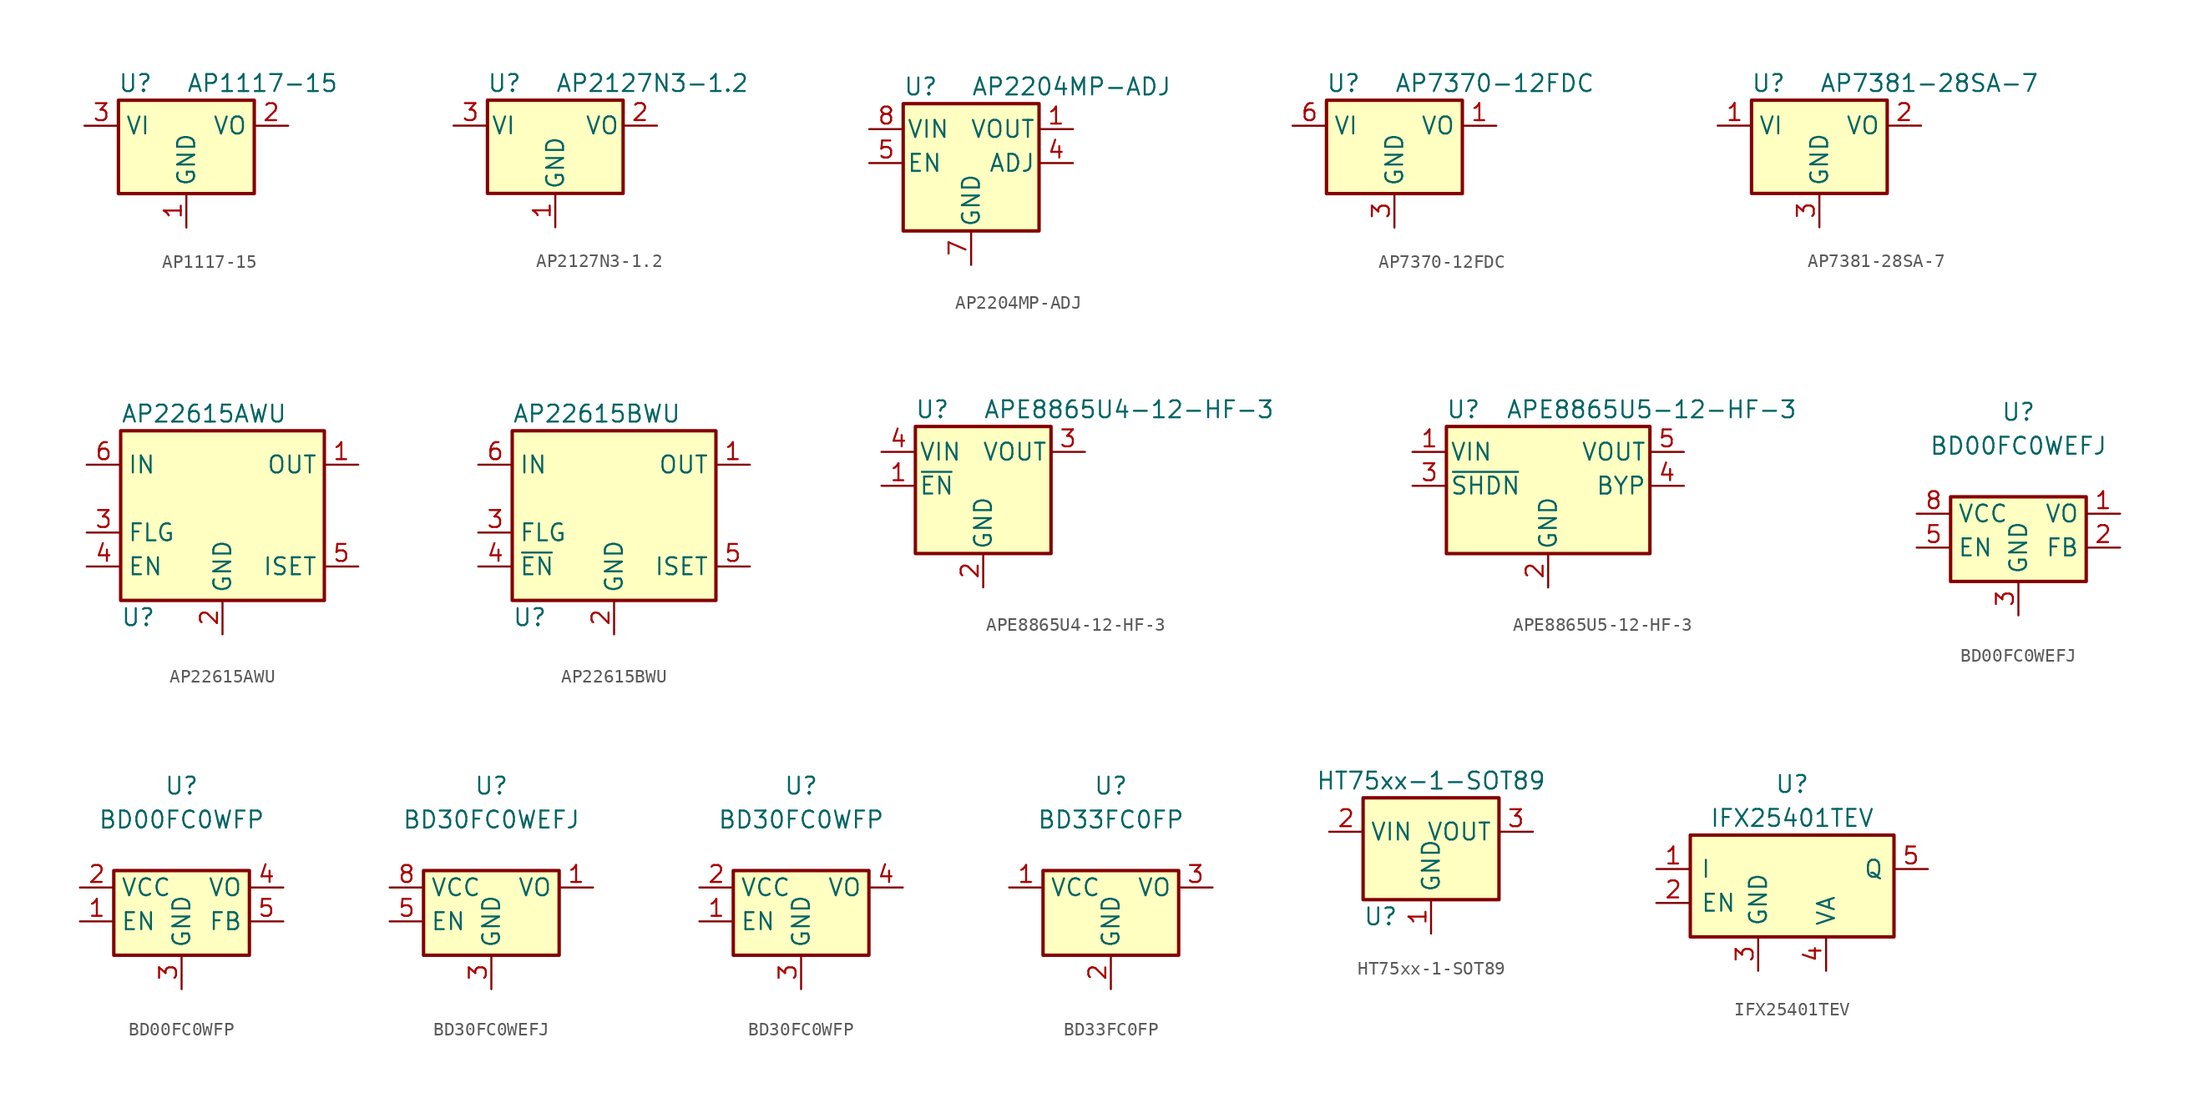
<source format=kicad_sym>
(kicad_symbol_lib
  (version 20241209)
  (generator "kicad_symbol_editor")
  (generator_version "9.0")
  (symbol "AP1117-15"
    (property "Reference" "U"
      (at -3.81 3.175 0)
      (effects (font (size 1.27 1.27))))
    (property "Value" "AP1117-15"
      (at 0 3.175 0)
      (effects (font (size 1.27 1.27)) (justify left)))
    (symbol "AP1117-15_0_1"
      (rectangle (start -5.08 -5.08) (end 5.08 1.905) (stroke (width 0.254) (type default)) (fill (type background))))
    (symbol "AP1117-15_1_1"
      (pin power_in line (at -7.62 0 0) (length 2.54) (name "VI" (effects (font (size 1.27 1.27)))) (number "3" (effects (font (size 1.27 1.27)))))
      (pin power_in line (at 0 -7.62 90) (length 2.54) (name "GND" (effects (font (size 1.27 1.27)))) (number "1" (effects (font (size 1.27 1.27)))))
      (pin power_out line (at 7.62 0 180) (length 2.54) (name "VO" (effects (font (size 1.27 1.27)))) (number "2" (effects (font (size 1.27 1.27)))))))
  (symbol "AP2127N3-1.2"
    (pin_names
      (offset 0.254))
    (property "Reference" "U"
      (at -3.81 3.175 0)
      (effects (font (size 1.27 1.27))))
    (property "Value" "AP2127N3-1.2"
      (at 0 3.175 0)
      (effects (font (size 1.27 1.27)) (justify left)))
    (symbol "AP2127N3-1.2_0_1"
      (rectangle (start -5.08 1.905) (end 5.08 -5.08) (stroke (width 0.254) (type default)) (fill (type background))))
    (symbol "AP2127N3-1.2_1_1"
      (pin power_in line (at -7.62 0 0) (length 2.54) (name "VI" (effects (font (size 1.27 1.27)))) (number "3" (effects (font (size 1.27 1.27)))))
      (pin power_in line (at 0 -7.62 90) (length 2.54) (name "GND" (effects (font (size 1.27 1.27)))) (number "1" (effects (font (size 1.27 1.27)))))
      (pin power_out line (at 7.62 0 180) (length 2.54) (name "VO" (effects (font (size 1.27 1.27)))) (number "2" (effects (font (size 1.27 1.27)))))))
  (symbol "AP2204MP-ADJ"
    (pin_names
      (offset 0.254))
    (property "Reference" "U"
      (at -5.08 5.715 0)
      (effects (font (size 1.27 1.27)) (justify left)))
    (property "Value" "AP2204MP-ADJ"
      (at 0 5.715 0)
      (effects (font (size 1.27 1.27)) (justify left)))
    (symbol "AP2204MP-ADJ_0_1"
      (rectangle (start -5.08 4.445) (end 5.08 -5.08) (stroke (width 0.254) (type default)) (fill (type background))))
    (symbol "AP2204MP-ADJ_1_1"
      (pin power_in line (at -7.62 2.54 0) (length 2.54) (name "VIN" (effects (font (size 1.27 1.27)))) (number "8" (effects (font (size 1.27 1.27)))))
      (pin input line (at -7.62 0 0) (length 2.54) (name "EN" (effects (font (size 1.27 1.27)))) (number "5" (effects (font (size 1.27 1.27)))))
      (pin no_connect line (at -5.08 -2.54 0) (length 2.54) (hide yes) (name "NC" (effects (font (size 1.27 1.27)))) (number "2" (effects (font (size 1.27 1.27)))))
      (pin no_connect line (at -2.54 -5.08 90) (length 2.54) (hide yes) (name "NC" (effects (font (size 1.27 1.27)))) (number "3" (effects (font (size 1.27 1.27)))))
      (pin power_in line (at 0 -7.62 90) (length 2.54) (name "GND" (effects (font (size 1.27 1.27)))) (number "7" (effects (font (size 1.27 1.27)))))
      (pin passive line (at 0 -7.62 90) (length 2.54) (hide yes) (name "GND" (effects (font (size 1.27 1.27)))) (number "9" (effects (font (size 1.27 1.27)))))
      (pin no_connect line (at 5.08 -2.54 180) (length 2.54) (hide yes) (name "NC" (effects (font (size 1.27 1.27)))) (number "6" (effects (font (size 1.27 1.27)))))
      (pin power_out line (at 7.62 2.54 180) (length 2.54) (name "VOUT" (effects (font (size 1.27 1.27)))) (number "1" (effects (font (size 1.27 1.27)))))
      (pin input line (at 7.62 0 180) (length 2.54) (name "ADJ" (effects (font (size 1.27 1.27)))) (number "4" (effects (font (size 1.27 1.27)))))))
  (symbol "AP7370-12FDC"
    (property "Reference" "U"
      (at -3.81 3.175 0)
      (effects (font (size 1.27 1.27))))
    (property "Value" "AP7370-12FDC"
      (at 0 3.175 0)
      (effects (font (size 1.27 1.27)) (justify left)))
    (symbol "AP7370-12FDC_0_1"
      (rectangle (start -5.08 -5.08) (end 5.08 1.905) (stroke (width 0.254) (type default)) (fill (type background))))
    (symbol "AP7370-12FDC_1_1"
      (pin power_in line (at -7.62 0 0) (length 2.54) (name "VI" (effects (font (size 1.27 1.27)))) (number "6" (effects (font (size 1.27 1.27)))))
      (pin no_connect line (at -5.08 -2.54 0) (length 2.54) (hide yes) (name "NC" (effects (font (size 1.27 1.27)))) (number "2" (effects (font (size 1.27 1.27)))))
      (pin no_connect line (at -5.08 -5.08 0) (length 2.54) (hide yes) (name "NC" (effects (font (size 1.27 1.27)))) (number "5" (effects (font (size 1.27 1.27)))))
      (pin power_in line (at 0 -7.62 90) (length 2.54) (name "GND" (effects (font (size 1.27 1.27)))) (number "3" (effects (font (size 1.27 1.27)))))
      (pin passive line (at 0 -7.62 90) (length 2.54) (hide yes) (name "GND" (effects (font (size 1.27 1.27)))) (number "7" (effects (font (size 1.27 1.27)))))
      (pin no_connect line (at 5.08 -2.54 180) (length 2.54) (hide yes) (name "NC" (effects (font (size 1.27 1.27)))) (number "4" (effects (font (size 1.27 1.27)))))
      (pin power_out line (at 7.62 0 180) (length 2.54) (name "VO" (effects (font (size 1.27 1.27)))) (number "1" (effects (font (size 1.27 1.27)))))))
  (symbol "AP7381-28SA-7"
    (property "Reference" "U"
      (at -3.81 3.175 0)
      (effects (font (size 1.27 1.27))))
    (property "Value" "AP7381-28SA-7"
      (at 0 3.175 0)
      (effects (font (size 1.27 1.27)) (justify left)))
    (symbol "AP7381-28SA-7_0_1"
      (rectangle (start -5.08 1.905) (end 5.08 -5.08) (stroke (width 0.254) (type default)) (fill (type background))))
    (symbol "AP7381-28SA-7_1_1"
      (pin power_in line (at -7.62 0 0) (length 2.54) (name "VI" (effects (font (size 1.27 1.27)))) (number "1" (effects (font (size 1.27 1.27)))))
      (pin power_in line (at 0 -7.62 90) (length 2.54) (name "GND" (effects (font (size 1.27 1.27)))) (number "3" (effects (font (size 1.27 1.27)))))
      (pin power_out line (at 7.62 0 180) (length 2.54) (name "VO" (effects (font (size 1.27 1.27)))) (number "2" (effects (font (size 1.27 1.27)))))))
  (symbol "AP22615AWU"
    (property "Reference" "U"
      (at -7.62 -8.89 0)
      (effects (font (size 1.27 1.27)) (justify left)))
    (property "Value" "AP22615AWU"
      (at -7.62 6.35 0)
      (effects (font (size 1.27 1.27)) (justify left)))
    (symbol "AP22615AWU_0_1"
      (rectangle (start -7.62 5.08) (end 7.62 -7.62) (stroke (width 0.254) (type default)) (fill (type background))))
    (symbol "AP22615AWU_1_0"
      (pin power_in line (at -10.16 2.54 0) (length 2.54) (name "IN" (effects (font (size 1.27 1.27)))) (number "6" (effects (font (size 1.27 1.27)))))
      (pin open_collector line (at -10.16 -2.54 0) (length 2.54) (name "FLG" (effects (font (size 1.27 1.27)))) (number "3" (effects (font (size 1.27 1.27)))))
      (pin input line (at -10.16 -5.08 0) (length 2.54) (name "EN" (effects (font (size 1.27 1.27)))) (number "4" (effects (font (size 1.27 1.27)))))
      (pin power_in line (at 0 -10.16 90) (length 2.54) (name "GND" (effects (font (size 1.27 1.27)))) (number "2" (effects (font (size 1.27 1.27)))))
      (pin power_out line (at 10.16 2.54 180) (length 2.54) (name "OUT" (effects (font (size 1.27 1.27)))) (number "1" (effects (font (size 1.27 1.27)))))
      (pin passive line (at 10.16 -5.08 180) (length 2.54) (name "ISET" (effects (font (size 1.27 1.27)))) (number "5" (effects (font (size 1.27 1.27)))))))
  (symbol "AP22615BWU"
    (property "Reference" "U"
      (at -7.62 -8.89 0)
      (effects (font (size 1.27 1.27)) (justify left)))
    (property "Value" "AP22615BWU"
      (at -7.62 6.35 0)
      (effects (font (size 1.27 1.27)) (justify left)))
    (symbol "AP22615BWU_0_1"
      (rectangle (start -7.62 5.08) (end 7.62 -7.62) (stroke (width 0.254) (type default)) (fill (type background))))
    (symbol "AP22615BWU_1_0"
      (pin power_in line (at -10.16 2.54 0) (length 2.54) (name "IN" (effects (font (size 1.27 1.27)))) (number "6" (effects (font (size 1.27 1.27)))))
      (pin open_collector line (at -10.16 -2.54 0) (length 2.54) (name "FLG" (effects (font (size 1.27 1.27)))) (number "3" (effects (font (size 1.27 1.27)))))
      (pin input line (at -10.16 -5.08 0) (length 2.54) (name "~{EN}" (effects (font (size 1.27 1.27)))) (number "4" (effects (font (size 1.27 1.27)))))
      (pin power_in line (at 0 -10.16 90) (length 2.54) (name "GND" (effects (font (size 1.27 1.27)))) (number "2" (effects (font (size 1.27 1.27)))))
      (pin power_out line (at 10.16 2.54 180) (length 2.54) (name "OUT" (effects (font (size 1.27 1.27)))) (number "1" (effects (font (size 1.27 1.27)))))
      (pin passive line (at 10.16 -5.08 180) (length 2.54) (name "ISET" (effects (font (size 1.27 1.27)))) (number "5" (effects (font (size 1.27 1.27)))))))
  (symbol "APE8865U4-12-HF-3"
    (pin_names
      (offset 0.254))
    (property "Reference" "U"
      (at -3.81 5.715 0)
      (effects (font (size 1.27 1.27))))
    (property "Value" "APE8865U4-12-HF-3"
      (at 0 5.715 0)
      (effects (font (size 1.27 1.27)) (justify left)))
    (symbol "APE8865U4-12-HF-3_0_1"
      (rectangle (start -5.08 4.445) (end 5.08 -5.08) (stroke (width 0.254) (type default)) (fill (type background))))
    (symbol "APE8865U4-12-HF-3_1_1"
      (pin power_in line (at -7.62 2.54 0) (length 2.54) (name "VIN" (effects (font (size 1.27 1.27)))) (number "4" (effects (font (size 1.27 1.27)))))
      (pin input line (at -7.62 0 0) (length 2.54) (name "~{EN}" (effects (font (size 1.27 1.27)))) (number "1" (effects (font (size 1.27 1.27)))))
      (pin power_in line (at 0 -7.62 90) (length 2.54) (name "GND" (effects (font (size 1.27 1.27)))) (number "2" (effects (font (size 1.27 1.27)))))
      (pin power_out line (at 7.62 2.54 180) (length 2.54) (name "VOUT" (effects (font (size 1.27 1.27)))) (number "3" (effects (font (size 1.27 1.27)))))))
  (symbol "APE8865U5-12-HF-3"
    (pin_names
      (offset 0.254))
    (property "Reference" "U"
      (at -6.35 5.715 0)
      (effects (font (size 1.27 1.27))))
    (property "Value" "APE8865U5-12-HF-3"
      (at -3.175 5.715 0)
      (effects (font (size 1.27 1.27)) (justify left)))
    (symbol "APE8865U5-12-HF-3_0_1"
      (rectangle (start -7.62 4.445) (end 7.62 -5.08) (stroke (width 0.254) (type default)) (fill (type background))))
    (symbol "APE8865U5-12-HF-3_1_1"
      (pin power_in line (at -10.16 2.54 0) (length 2.54) (name "VIN" (effects (font (size 1.27 1.27)))) (number "1" (effects (font (size 1.27 1.27)))))
      (pin input line (at -10.16 0 0) (length 2.54) (name "~{SHDN}" (effects (font (size 1.27 1.27)))) (number "3" (effects (font (size 1.27 1.27)))))
      (pin power_in line (at 0 -7.62 90) (length 2.54) (name "GND" (effects (font (size 1.27 1.27)))) (number "2" (effects (font (size 1.27 1.27)))))
      (pin power_out line (at 10.16 2.54 180) (length 2.54) (name "VOUT" (effects (font (size 1.27 1.27)))) (number "5" (effects (font (size 1.27 1.27)))))
      (pin input line (at 10.16 0 180) (length 2.54) (name "BYP" (effects (font (size 1.27 1.27)))) (number "4" (effects (font (size 1.27 1.27)))))))
  (symbol "BD00FC0WEFJ"
    (property "Reference" "U"
      (at 0 7.62 0)
      (effects (font (size 1.27 1.27))))
    (property "Value" "BD00FC0WEFJ"
      (at 0 5.08 0)
      (effects (font (size 1.27 1.27))))
    (symbol "BD00FC0WEFJ_0_1"
      (rectangle (start -5.08 -5.08) (end 5.08 1.27) (stroke (width 0.254) (type default)) (fill (type background))))
    (symbol "BD00FC0WEFJ_1_1"
      (pin power_in line (at -7.62 0 0) (length 2.54) (name "VCC" (effects (font (size 1.27 1.27)))) (number "8" (effects (font (size 1.27 1.27)))))
      (pin input line (at -7.62 -2.54 0) (length 2.54) (name "EN" (effects (font (size 1.27 1.27)))) (number "5" (effects (font (size 1.27 1.27)))))
      (pin no_connect line (at -3.81 -5.08 90) (length 2.54) (hide yes) (name "NC" (effects (font (size 1.27 1.27)))) (number "4" (effects (font (size 1.27 1.27)))))
      (pin no_connect line (at -2.54 -5.08 90) (length 2.54) (hide yes) (name "NC" (effects (font (size 1.27 1.27)))) (number "6" (effects (font (size 1.27 1.27)))))
      (pin no_connect line (at -1.27 -5.08 90) (length 2.54) (hide yes) (name "NC" (effects (font (size 1.27 1.27)))) (number "7" (effects (font (size 1.27 1.27)))))
      (pin power_in line (at 0 -7.62 90) (length 2.54) (name "GND" (effects (font (size 1.27 1.27)))) (number "3" (effects (font (size 1.27 1.27)))))
      (pin passive line (at 0 -7.62 90) (length 2.54) (hide yes) (name "GND" (effects (font (size 1.27 1.27)))) (number "9" (effects (font (size 1.27 1.27)))))
      (pin power_out line (at 7.62 0 180) (length 2.54) (name "VO" (effects (font (size 1.27 1.27)))) (number "1" (effects (font (size 1.27 1.27)))))
      (pin input line (at 7.62 -2.54 180) (length 2.54) (name "FB" (effects (font (size 1.27 1.27)))) (number "2" (effects (font (size 1.27 1.27)))))))
  (symbol "BD00FC0WFP"
    (property "Reference" "U"
      (at 0 7.62 0)
      (effects (font (size 1.27 1.27))))
    (property "Value" "BD00FC0WFP"
      (at 0 5.08 0)
      (effects (font (size 1.27 1.27))))
    (symbol "BD00FC0WFP_1_1"
      (rectangle (start -5.08 -5.08) (end 5.08 1.27) (stroke (width 0.254) (type default)) (fill (type background)))
      (pin power_in line (at -7.62 0 0) (length 2.54) (name "VCC" (effects (font (size 1.27 1.27)))) (number "2" (effects (font (size 1.27 1.27)))))
      (pin input line (at -7.62 -2.54 0) (length 2.54) (name "EN" (effects (font (size 1.27 1.27)))) (number "1" (effects (font (size 1.27 1.27)))))
      (pin power_in line (at 0 -7.62 90) (length 2.54) (name "GND" (effects (font (size 1.27 1.27)))) (number "3" (effects (font (size 1.27 1.27)))))
      (pin power_out line (at 7.62 0 180) (length 2.54) (name "VO" (effects (font (size 1.27 1.27)))) (number "4" (effects (font (size 1.27 1.27)))))
      (pin input line (at 7.62 -2.54 180) (length 2.54) (name "FB" (effects (font (size 1.27 1.27)))) (number "5" (effects (font (size 1.27 1.27)))))))
  (symbol "BD30FC0WEFJ"
    (property "Reference" "U"
      (at 0 7.62 0)
      (effects (font (size 1.27 1.27))))
    (property "Value" "BD30FC0WEFJ"
      (at 0 5.08 0)
      (effects (font (size 1.27 1.27))))
    (symbol "BD30FC0WEFJ_1_1"
      (rectangle (start -5.08 -5.08) (end 5.08 1.27) (stroke (width 0.254) (type default)) (fill (type background)))
      (pin power_in line (at -7.62 0 0) (length 2.54) (name "VCC" (effects (font (size 1.27 1.27)))) (number "8" (effects (font (size 1.27 1.27)))))
      (pin input line (at -7.62 -2.54 0) (length 2.54) (name "EN" (effects (font (size 1.27 1.27)))) (number "5" (effects (font (size 1.27 1.27)))))
      (pin no_connect line (at -3.81 -5.08 90) (length 2.54) (hide yes) (name "NC" (effects (font (size 1.27 1.27)))) (number "4" (effects (font (size 1.27 1.27)))))
      (pin no_connect line (at -2.54 -5.08 90) (length 2.54) (hide yes) (name "NC" (effects (font (size 1.27 1.27)))) (number "6" (effects (font (size 1.27 1.27)))))
      (pin no_connect line (at -1.27 -5.08 90) (length 2.54) (hide yes) (name "NC" (effects (font (size 1.27 1.27)))) (number "7" (effects (font (size 1.27 1.27)))))
      (pin power_in line (at 0 -7.62 90) (length 2.54) (name "GND" (effects (font (size 1.27 1.27)))) (number "3" (effects (font (size 1.27 1.27)))))
      (pin passive line (at 0 -7.62 90) (length 2.54) (hide yes) (name "GND" (effects (font (size 1.27 1.27)))) (number "9" (effects (font (size 1.27 1.27)))))
      (pin no_connect line (at 5.08 -2.54 180) (length 2.54) (hide yes) (name "NC" (effects (font (size 1.27 1.27)))) (number "2" (effects (font (size 1.27 1.27)))))
      (pin power_out line (at 7.62 0 180) (length 2.54) (name "VO" (effects (font (size 1.27 1.27)))) (number "1" (effects (font (size 1.27 1.27)))))))
  (symbol "BD30FC0WFP"
    (property "Reference" "U"
      (at 0 7.62 0)
      (effects (font (size 1.27 1.27))))
    (property "Value" "BD30FC0WFP"
      (at 0 5.08 0)
      (effects (font (size 1.27 1.27))))
    (symbol "BD30FC0WFP_1_1"
      (rectangle (start -5.08 -5.08) (end 5.08 1.27) (stroke (width 0.254) (type default)) (fill (type background)))
      (pin power_in line (at -7.62 0 0) (length 2.54) (name "VCC" (effects (font (size 1.27 1.27)))) (number "2" (effects (font (size 1.27 1.27)))))
      (pin input line (at -7.62 -2.54 0) (length 2.54) (name "EN" (effects (font (size 1.27 1.27)))) (number "1" (effects (font (size 1.27 1.27)))))
      (pin power_in line (at 0 -7.62 90) (length 2.54) (name "GND" (effects (font (size 1.27 1.27)))) (number "3" (effects (font (size 1.27 1.27)))))
      (pin no_connect line (at 5.08 -2.54 180) (length 2.54) (hide yes) (name "NC" (effects (font (size 1.27 1.27)))) (number "5" (effects (font (size 1.27 1.27)))))
      (pin power_out line (at 7.62 0 180) (length 2.54) (name "VO" (effects (font (size 1.27 1.27)))) (number "4" (effects (font (size 1.27 1.27)))))))
  (symbol "BD33FC0FP"
    (property "Reference" "U"
      (at 0 7.62 0)
      (effects (font (size 1.27 1.27))))
    (property "Value" "BD33FC0FP"
      (at 0 5.08 0)
      (effects (font (size 1.27 1.27))))
    (symbol "BD33FC0FP_1_1"
      (rectangle (start -5.08 -5.08) (end 5.08 1.27) (stroke (width 0.254) (type default)) (fill (type background)))
      (pin power_in line (at -7.62 0 0) (length 2.54) (name "VCC" (effects (font (size 1.27 1.27)))) (number "1" (effects (font (size 1.27 1.27)))))
      (pin power_in line (at 0 -7.62 90) (length 2.54) (name "GND" (effects (font (size 1.27 1.27)))) (number "2" (effects (font (size 1.27 1.27)))))
      (pin power_out line (at 7.62 0 180) (length 2.54) (name "VO" (effects (font (size 1.27 1.27)))) (number "3" (effects (font (size 1.27 1.27)))))))
  (symbol "HT75xx-1-SOT89"
    (property "Reference" "U"
      (at -5.08 -3.81 0)
      (effects (font (size 1.27 1.27)) (justify left)))
    (property "Value" "HT75xx-1-SOT89"
      (at 0 6.35 0)
      (effects (font (size 1.27 1.27))))
    (symbol "HT75xx-1-SOT89_0_1"
      (rectangle (start -5.08 5.08) (end 5.08 -2.54) (stroke (width 0.254) (type default)) (fill (type background))))
    (symbol "HT75xx-1-SOT89_1_1"
      (pin power_in line (at -7.62 2.54 0) (length 2.54) (name "VIN" (effects (font (size 1.27 1.27)))) (number "2" (effects (font (size 1.27 1.27)))))
      (pin power_in line (at 0 -5.08 90) (length 2.54) (name "GND" (effects (font (size 1.27 1.27)))) (number "1" (effects (font (size 1.27 1.27)))))
      (pin power_out line (at 7.62 2.54 180) (length 2.54) (name "VOUT" (effects (font (size 1.27 1.27)))) (number "3" (effects (font (size 1.27 1.27)))))))
  (symbol "IFX25401TEV"
    (pin_names
      (offset 0.762))
    (property "Reference" "U"
      (at 0 6.35 0)
      (effects (font (size 1.27 1.27))))
    (property "Value" "IFX25401TEV"
      (at 0 3.81 0)
      (effects (font (size 1.27 1.27))))
    (symbol "IFX25401TEV_0_1"
      (rectangle (start -7.62 2.54) (end 7.62 -5.08) (stroke (width 0.254) (type default)) (fill (type background))))
    (symbol "IFX25401TEV_1_1"
      (pin power_in line (at -10.16 0 0) (length 2.54) (name "I" (effects (font (size 1.27 1.27)))) (number "1" (effects (font (size 1.27 1.27)))))
      (pin input line (at -10.16 -2.54 0) (length 2.54) (name "EN" (effects (font (size 1.27 1.27)))) (number "2" (effects (font (size 1.27 1.27)))))
      (pin power_in line (at -2.54 -7.62 90) (length 2.54) (name "GND" (effects (font (size 1.27 1.27)))) (number "3" (effects (font (size 1.27 1.27)))))
      (pin input line (at 2.54 -7.62 90) (length 2.54) (name "VA" (effects (font (size 1.27 1.27)))) (number "4" (effects (font (size 1.27 1.27)))))
      (pin power_out line (at 10.16 0 180) (length 2.54) (name "Q" (effects (font (size 1.27 1.27)))) (number "5" (effects (font (size 1.27 1.27))))))))
</source>
